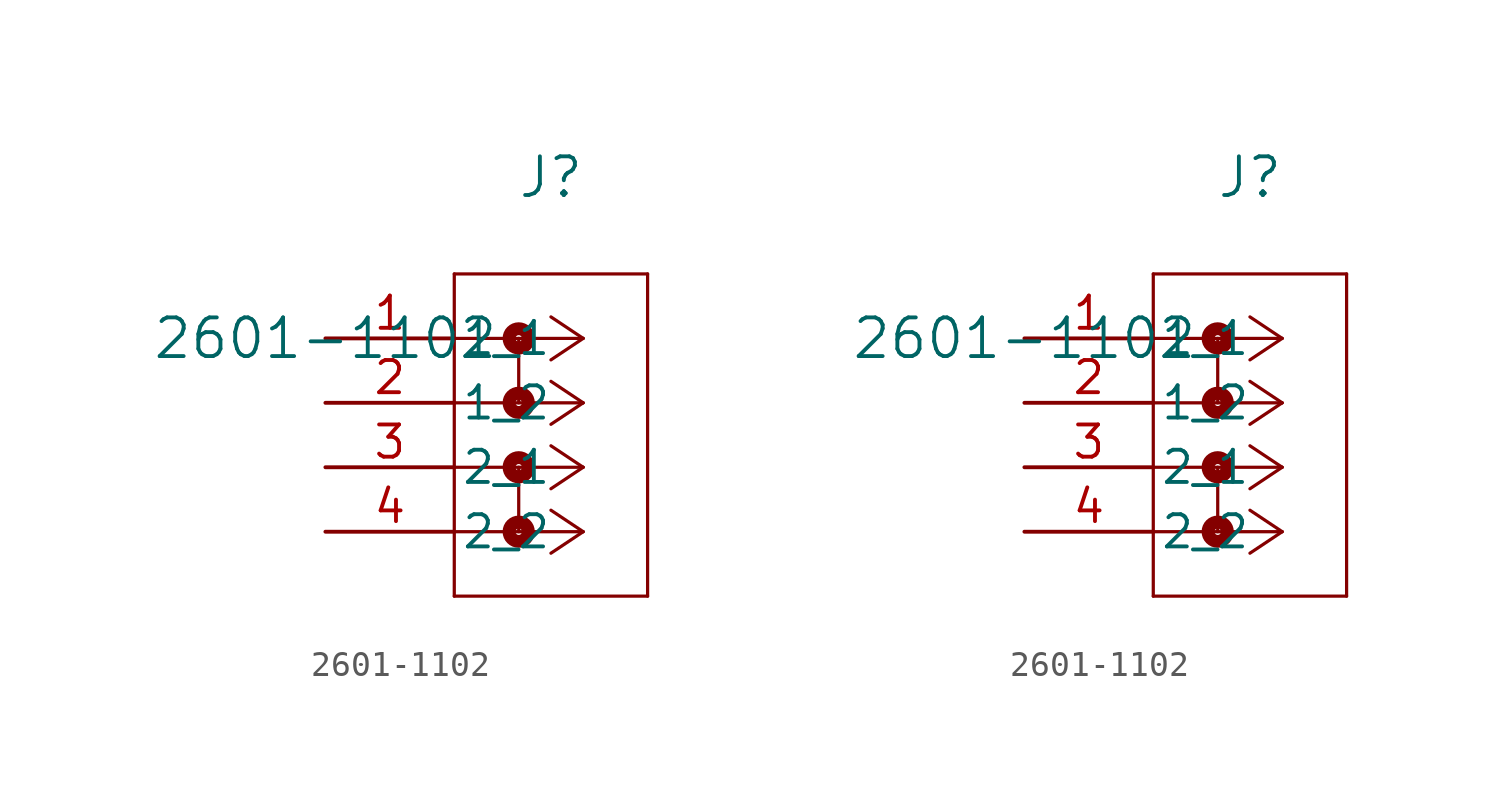
<source format=kicad_sym>
(kicad_symbol_lib
  (version 20211014)
  (generator kicad_symbol_editor)
  (symbol "2601-1102"
    (pin_names
      (offset 0.254))
    (property "Reference" "J"
      (at 8.89 6.35 0)
      (effects (font (size 1.524 1.524))))
    (property "Value" "2601-1102"
      (at 0 0 0)
      (effects (font (size 1.524 1.524))))
    (symbol "2601-1102_1_1"
      (polyline (pts (xy 10.16 0) (xy 5.08 0)) (stroke (width 0.127) (type default) (color 0 0 0 0)) (fill (type none)))
      (polyline (pts (xy 10.16 -2.54) (xy 5.08 -2.54)) (stroke (width 0.127) (type default) (color 0 0 0 0)) (fill (type none)))
      (polyline (pts (xy 10.16 -5.08) (xy 5.08 -5.08)) (stroke (width 0.127) (type default) (color 0 0 0 0)) (fill (type none)))
      (polyline (pts (xy 10.16 -7.62) (xy 5.08 -7.62)) (stroke (width 0.127) (type default) (color 0 0 0 0)) (fill (type none)))
      (polyline (pts (xy 10.16 0) (xy 8.89 0.847)) (stroke (width 0.127) (type default) (color 0 0 0 0)) (fill (type none)))
      (polyline (pts (xy 10.16 -2.54) (xy 8.89 -1.693)) (stroke (width 0.127) (type default) (color 0 0 0 0)) (fill (type none)))
      (polyline (pts (xy 10.16 -5.08) (xy 8.89 -4.233)) (stroke (width 0.127) (type default) (color 0 0 0 0)) (fill (type none)))
      (polyline (pts (xy 10.16 -7.62) (xy 8.89 -6.773)) (stroke (width 0.127) (type default) (color 0 0 0 0)) (fill (type none)))
      (polyline (pts (xy 10.16 0) (xy 8.89 -0.847)) (stroke (width 0.127) (type default) (color 0 0 0 0)) (fill (type none)))
      (polyline (pts (xy 10.16 -2.54) (xy 8.89 -3.387)) (stroke (width 0.127) (type default) (color 0 0 0 0)) (fill (type none)))
      (polyline (pts (xy 10.16 -5.08) (xy 8.89 -5.927)) (stroke (width 0.127) (type default) (color 0 0 0 0)) (fill (type none)))
      (polyline (pts (xy 10.16 -7.62) (xy 8.89 -8.467)) (stroke (width 0.127) (type default) (color 0 0 0 0)) (fill (type none)))
      (polyline (pts (xy 5.08 2.54) (xy 5.08 -10.16)) (stroke (width 0.127) (type default) (color 0 0 0 0)) (fill (type none)))
      (polyline (pts (xy 5.08 -10.16) (xy 12.7 -10.16)) (stroke (width 0.127) (type default) (color 0 0 0 0)) (fill (type none)))
      (polyline (pts (xy 12.7 -10.16) (xy 12.7 2.54)) (stroke (width 0.127) (type default) (color 0 0 0 0)) (fill (type none)))
      (polyline (pts (xy 12.7 2.54) (xy 5.08 2.54)) (stroke (width 0.127) (type default) (color 0 0 0 0)) (fill (type none)))
      (circle (center 7.62 0) (radius 0.127) (stroke (width 0.508) (type default) (color 0 0 0 0)) (fill (type none)))
      (polyline (pts (xy 7.62 0) (xy 7.62 -2.54)) (stroke (width 0.127) (type default) (color 0 0 0 0)) (fill (type none)))
      (circle (center 7.62 -2.54) (radius 0.127) (stroke (width 0.508) (type default) (color 0 0 0 0)) (fill (type none)))
      (circle (center 7.62 -5.08) (radius 0.127) (stroke (width 0.508) (type default) (color 0 0 0 0)) (fill (type none)))
      (polyline (pts (xy 7.62 -5.08) (xy 7.62 -7.62)) (stroke (width 0.127) (type default) (color 0 0 0 0)) (fill (type none)))
      (circle (center 7.62 -7.62) (radius 0.127) (stroke (width 0.508) (type default) (color 0 0 0 0)) (fill (type none)))
      (pin unspecified line (at 0 0 0) (length 5.08) (name "1_1" (effects (font (size 1.27 1.27)))) (number "1" (effects (font (size 1.27 1.27)))))
      (pin unspecified line (at 0 -2.54 0) (length 5.08) (name "1_2" (effects (font (size 1.27 1.27)))) (number "2" (effects (font (size 1.27 1.27)))))
      (pin unspecified line (at 0 -5.08 0) (length 5.08) (name "2_1" (effects (font (size 1.27 1.27)))) (number "3" (effects (font (size 1.27 1.27)))))
      (pin unspecified line (at 0 -7.62 0) (length 5.08) (name "2_2" (effects (font (size 1.27 1.27)))) (number "4" (effects (font (size 1.27 1.27))))))
    (symbol "2601-1102_1_2"
      (polyline (pts (xy 10.16 0) (xy 5.08 0)) (stroke (width 0.127) (type default) (color 0 0 0 0)) (fill (type none)))
      (polyline (pts (xy 10.16 -2.54) (xy 5.08 -2.54)) (stroke (width 0.127) (type default) (color 0 0 0 0)) (fill (type none)))
      (polyline (pts (xy 10.16 -5.08) (xy 5.08 -5.08)) (stroke (width 0.127) (type default) (color 0 0 0 0)) (fill (type none)))
      (polyline (pts (xy 10.16 -7.62) (xy 5.08 -7.62)) (stroke (width 0.127) (type default) (color 0 0 0 0)) (fill (type none)))
      (polyline (pts (xy 10.16 0) (xy 8.89 0.847)) (stroke (width 0.127) (type default) (color 0 0 0 0)) (fill (type none)))
      (polyline (pts (xy 10.16 -2.54) (xy 8.89 -1.693)) (stroke (width 0.127) (type default) (color 0 0 0 0)) (fill (type none)))
      (polyline (pts (xy 10.16 -5.08) (xy 8.89 -4.233)) (stroke (width 0.127) (type default) (color 0 0 0 0)) (fill (type none)))
      (polyline (pts (xy 10.16 -7.62) (xy 8.89 -6.773)) (stroke (width 0.127) (type default) (color 0 0 0 0)) (fill (type none)))
      (polyline (pts (xy 10.16 0) (xy 8.89 -0.847)) (stroke (width 0.127) (type default) (color 0 0 0 0)) (fill (type none)))
      (polyline (pts (xy 10.16 -2.54) (xy 8.89 -3.387)) (stroke (width 0.127) (type default) (color 0 0 0 0)) (fill (type none)))
      (polyline (pts (xy 10.16 -5.08) (xy 8.89 -5.927)) (stroke (width 0.127) (type default) (color 0 0 0 0)) (fill (type none)))
      (polyline (pts (xy 10.16 -7.62) (xy 8.89 -8.467)) (stroke (width 0.127) (type default) (color 0 0 0 0)) (fill (type none)))
      (polyline (pts (xy 5.08 2.54) (xy 5.08 -10.16)) (stroke (width 0.127) (type default) (color 0 0 0 0)) (fill (type none)))
      (polyline (pts (xy 5.08 -10.16) (xy 12.7 -10.16)) (stroke (width 0.127) (type default) (color 0 0 0 0)) (fill (type none)))
      (polyline (pts (xy 12.7 -10.16) (xy 12.7 2.54)) (stroke (width 0.127) (type default) (color 0 0 0 0)) (fill (type none)))
      (polyline (pts (xy 12.7 2.54) (xy 5.08 2.54)) (stroke (width 0.127) (type default) (color 0 0 0 0)) (fill (type none)))
      (circle (center 7.62 0) (radius 0.127) (stroke (width 0.508) (type default) (color 0 0 0 0)) (fill (type none)))
      (polyline (pts (xy 7.62 0) (xy 7.62 -2.54)) (stroke (width 0.127) (type default) (color 0 0 0 0)) (fill (type none)))
      (circle (center 7.62 -2.54) (radius 0.127) (stroke (width 0.508) (type default) (color 0 0 0 0)) (fill (type none)))
      (circle (center 7.62 -5.08) (radius 0.127) (stroke (width 0.508) (type default) (color 0 0 0 0)) (fill (type none)))
      (polyline (pts (xy 7.62 -5.08) (xy 7.62 -7.62)) (stroke (width 0.127) (type default) (color 0 0 0 0)) (fill (type none)))
      (circle (center 7.62 -7.62) (radius 0.127) (stroke (width 0.508) (type default) (color 0 0 0 0)) (fill (type none)))
      (pin unspecified line (at 0 0 0) (length 5.08) (name "1_1" (effects (font (size 1.27 1.27)))) (number "1" (effects (font (size 1.27 1.27)))))
      (pin unspecified line (at 0 -2.54 0) (length 5.08) (name "1_2" (effects (font (size 1.27 1.27)))) (number "2" (effects (font (size 1.27 1.27)))))
      (pin unspecified line (at 0 -5.08 0) (length 5.08) (name "2_1" (effects (font (size 1.27 1.27)))) (number "3" (effects (font (size 1.27 1.27)))))
      (pin unspecified line (at 0 -7.62 0) (length 5.08) (name "2_2" (effects (font (size 1.27 1.27)))) (number "4" (effects (font (size 1.27 1.27))))))))
</source>
